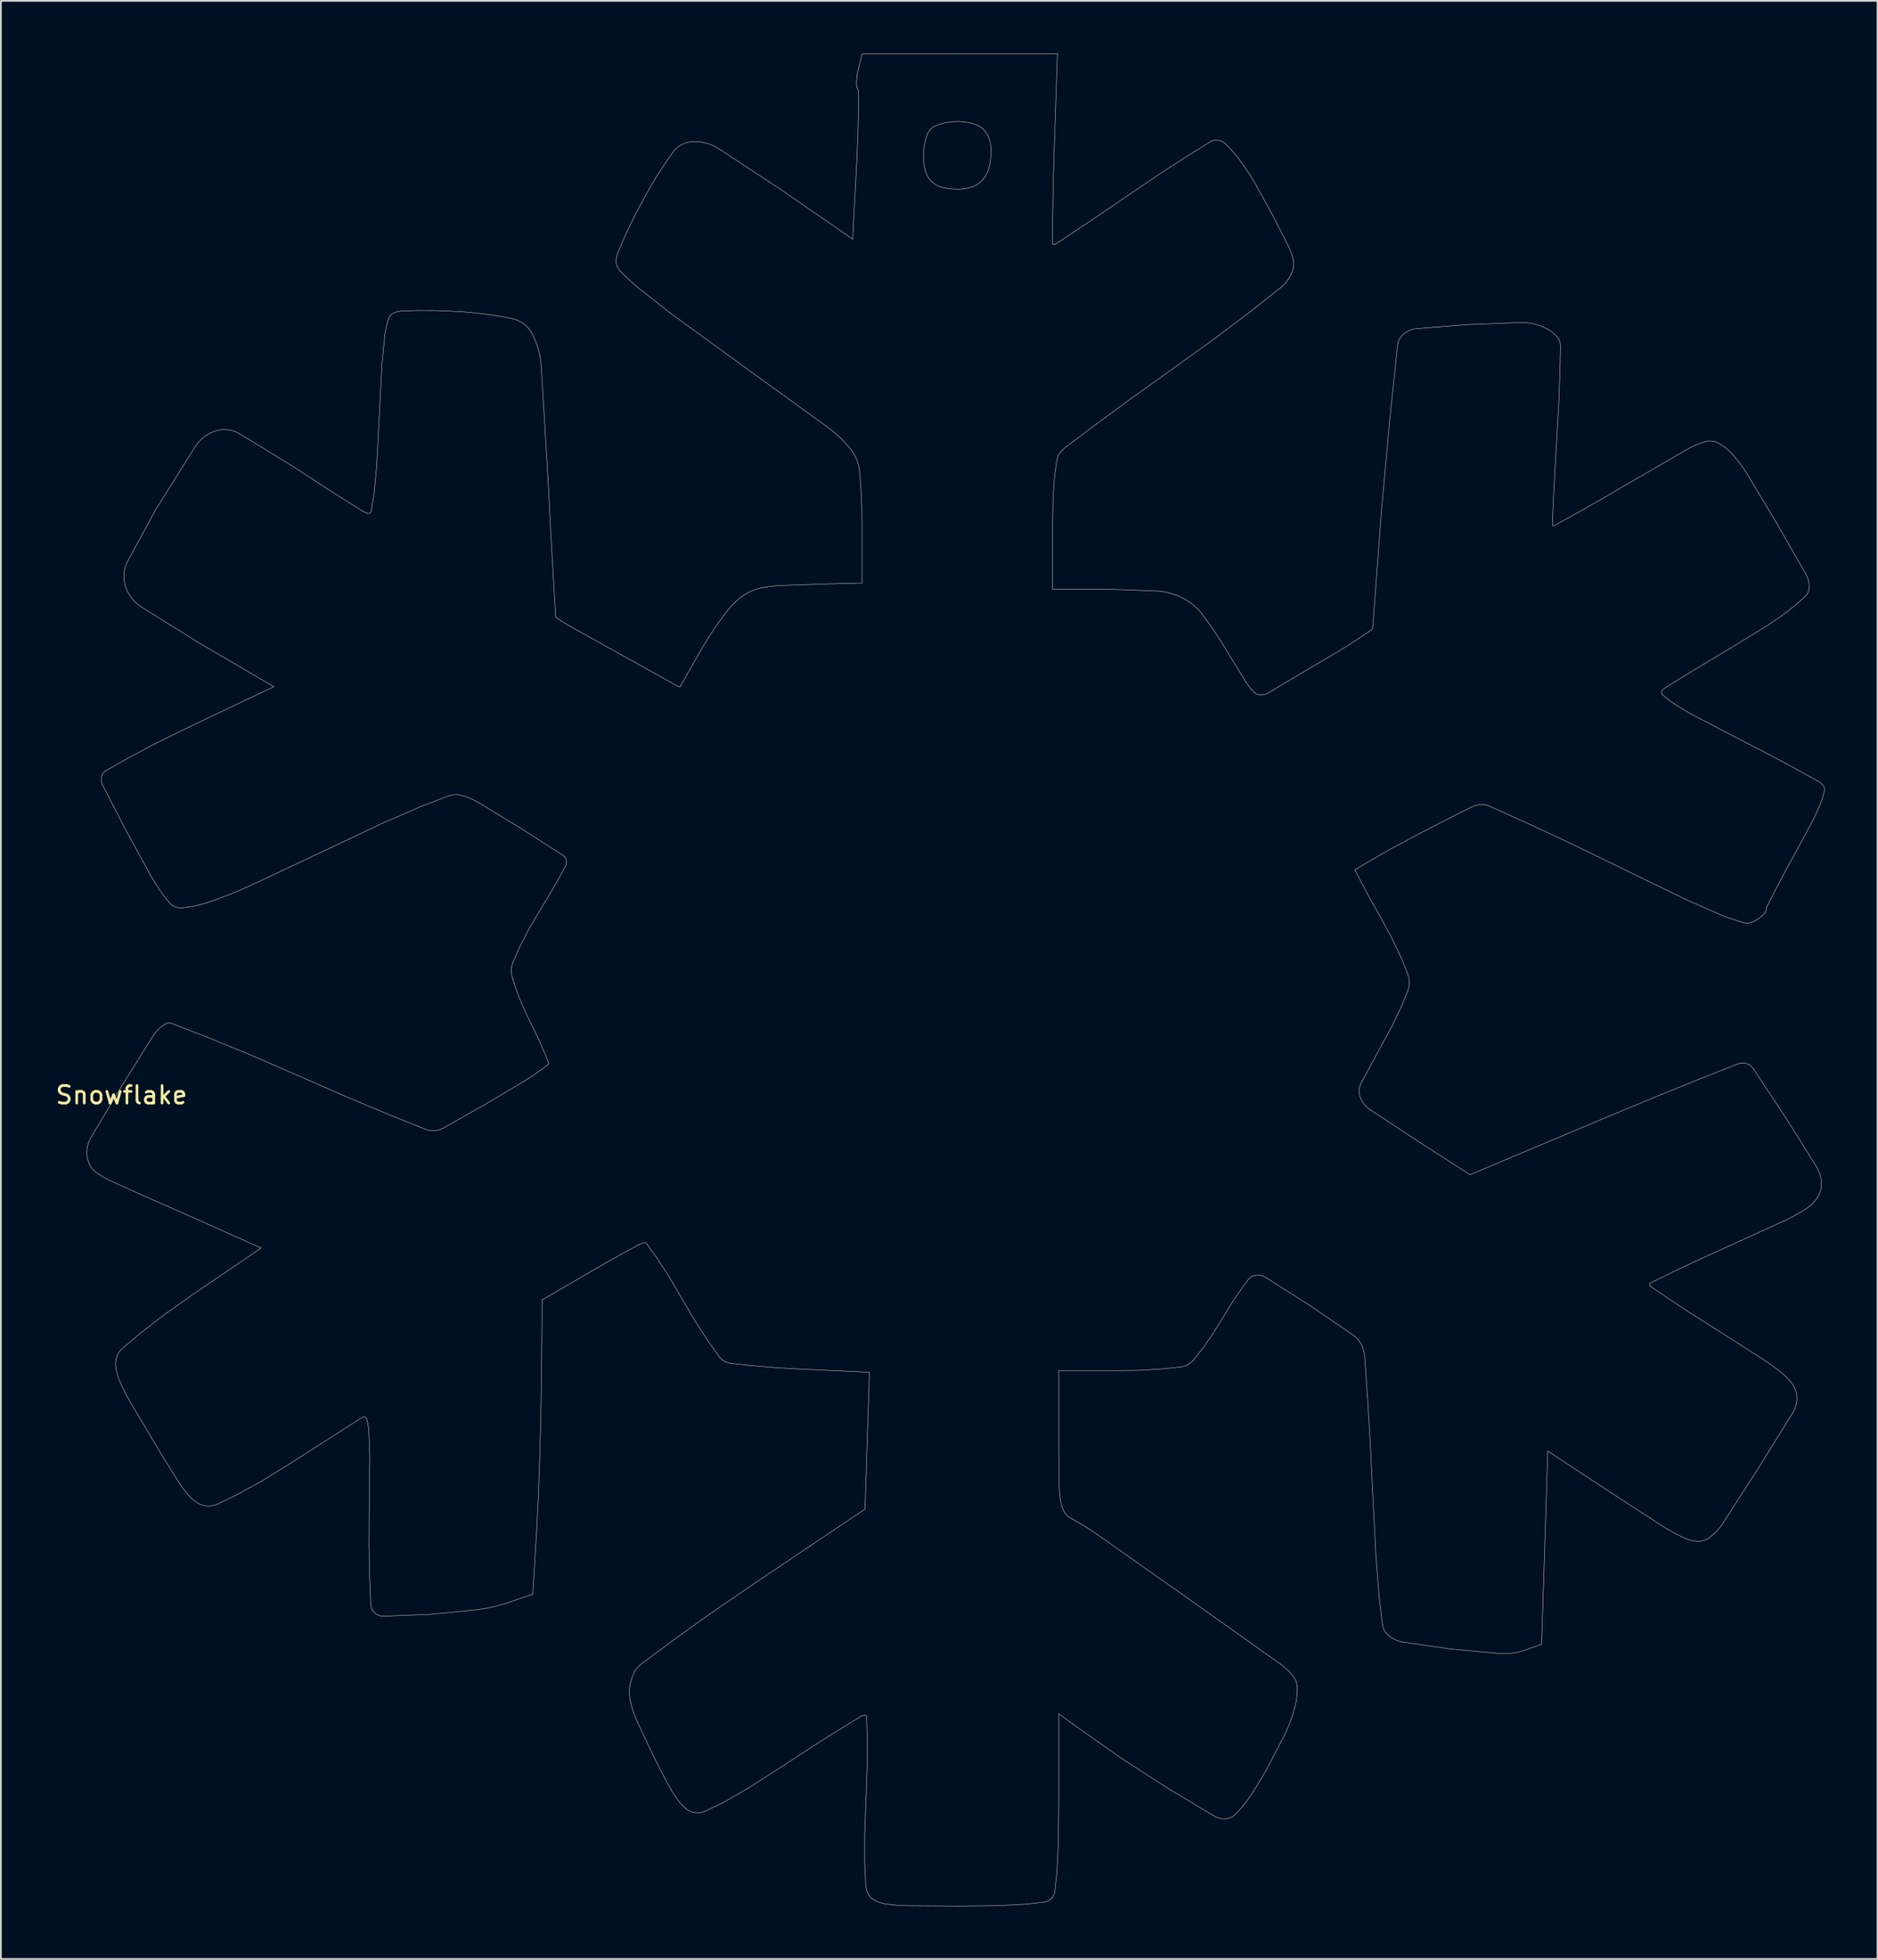
<source format=kicad_pcb>
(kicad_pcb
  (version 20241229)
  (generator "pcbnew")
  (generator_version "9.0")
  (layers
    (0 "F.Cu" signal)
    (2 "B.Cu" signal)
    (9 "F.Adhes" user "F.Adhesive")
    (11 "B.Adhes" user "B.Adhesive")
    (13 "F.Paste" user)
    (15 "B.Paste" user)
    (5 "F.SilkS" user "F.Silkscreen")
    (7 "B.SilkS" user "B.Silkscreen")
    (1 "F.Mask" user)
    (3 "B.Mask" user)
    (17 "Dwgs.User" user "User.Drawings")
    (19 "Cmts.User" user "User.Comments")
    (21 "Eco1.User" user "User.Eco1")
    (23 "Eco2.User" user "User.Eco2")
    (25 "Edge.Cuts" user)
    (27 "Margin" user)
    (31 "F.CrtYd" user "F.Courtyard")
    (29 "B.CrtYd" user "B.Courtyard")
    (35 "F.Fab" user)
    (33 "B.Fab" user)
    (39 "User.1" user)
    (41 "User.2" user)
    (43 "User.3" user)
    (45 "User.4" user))
  (footprint "Snowflake"
    (layer "F.Cu")
    (at 3.863 58.739)
    (property "Reference" "Snowflake" (at 0 0.5 0) (layer "F.SilkS") (effects (font (size 1 1) (thickness 0.15))))
    (attr through_hole)
    (fp_line (start -1.08 -17.147) (end 0.329 -14.421) (stroke (width 0.024) (type solid)) (layer "Edge.Cuts"))
    (fp_line (start -0.716 5.331) (end 1.005 6.113) (stroke (width 0.024) (type solid)) (layer "Edge.Cuts"))
    (fp_line (start 0 0) (end -1.733 2.903) (stroke (width 0.024) (type solid)) (layer "Edge.Cuts"))
    (fp_line (start 0.329 -14.421) (end 1.729 -11.873) (stroke (width 0.024) (type solid)) (layer "Edge.Cuts"))
    (fp_line (start 0.431 -18.702) (end -0.884 -17.958) (stroke (width 0.024) (type solid)) (layer "Edge.Cuts"))
    (fp_line (start 0.603 18.137) (end 2.351 21.066) (stroke (width 0.024) (type solid)) (layer "Edge.Cuts"))
    (fp_line (start 1.005 6.113) (end 1.982 6.541) (stroke (width 0.024) (type solid)) (layer "Edge.Cuts"))
    (fp_line (start 1.096 14.025) (end 0.025 14.931) (stroke (width 0.024) (type solid)) (layer "Edge.Cuts"))
    (fp_line (start 1.111 -27.277) (end 4.399 -25.229) (stroke (width 0.024) (type solid)) (layer "Edge.Cuts"))
    (fp_line (start 1.78 -2.839) (end 0 0) (stroke (width 0.024) (type solid)) (layer "Edge.Cuts"))
    (fp_line (start 1.934 -32.778) (end 0.324 -29.821) (stroke (width 0.024) (type solid)) (layer "Edge.Cuts"))
    (fp_line (start 1.982 6.541) (end 3.199 7.078) (stroke (width 0.024) (type solid)) (layer "Edge.Cuts"))
    (fp_line (start 2.02 -19.544) (end 0.431 -18.702) (stroke (width 0.024) (type solid)) (layer "Edge.Cuts"))
    (fp_line (start 2.351 21.066) (end 3.293 22.571) (stroke (width 0.024) (type solid)) (layer "Edge.Cuts"))
    (fp_line (start 2.437 12.986) (end 1.096 14.025) (stroke (width 0.024) (type solid)) (layer "Edge.Cuts"))
    (fp_line (start 3.199 7.078) (end 4.445 7.631) (stroke (width 0.024) (type solid)) (layer "Edge.Cuts"))
    (fp_line (start 3.872 -20.452) (end 2.02 -19.544) (stroke (width 0.024) (type solid)) (layer "Edge.Cuts"))
    (fp_line (start 3.976 11.897) (end 2.437 12.986) (stroke (width 0.024) (type solid)) (layer "Edge.Cuts"))
    (fp_line (start 4.211 -36.412) (end 1.934 -32.778) (stroke (width 0.024) (type solid)) (layer "Edge.Cuts"))
    (fp_line (start 4.399 -25.229) (end 8.667 -22.731) (stroke (width 0.024) (type solid)) (layer "Edge.Cuts"))
    (fp_line (start 4.445 7.631) (end 5.524 8.112) (stroke (width 0.024) (type solid)) (layer "Edge.Cuts"))
    (fp_line (start 4.866 -2.799) (end 2.816 -3.592) (stroke (width 0.024) (type solid)) (layer "Edge.Cuts"))
    (fp_line (start 5.488 23.754) (end 6.643 23.19) (stroke (width 0.024) (type solid)) (layer "Edge.Cuts"))
    (fp_line (start 5.524 8.112) (end 7.943 9.195) (stroke (width 0.024) (type solid)) (layer "Edge.Cuts"))
    (fp_line (start 6.643 23.19) (end 8.027 22.424) (stroke (width 0.024) (type solid)) (layer "Edge.Cuts"))
    (fp_line (start 7.24 -1.83) (end 4.866 -2.799) (stroke (width 0.024) (type solid)) (layer "Edge.Cuts"))
    (fp_line (start 7.356 -11.428) (end 11.878 -13.56) (stroke (width 0.024) (type solid)) (layer "Edge.Cuts"))
    (fp_line (start 7.943 9.195) (end 3.976 11.897) (stroke (width 0.024) (type solid)) (layer "Edge.Cuts"))
    (fp_line (start 8.027 22.424) (end 9.546 21.487) (stroke (width 0.024) (type solid)) (layer "Edge.Cuts"))
    (fp_line (start 8.667 -22.731) (end 3.872 -20.452) (stroke (width 0.024) (type solid)) (layer "Edge.Cuts"))
    (fp_line (start 9.546 21.487) (end 11 20.553) (stroke (width 0.024) (type solid)) (layer "Edge.Cuts"))
    (fp_line (start 9.787 -35.239) (end 6.694 -37.133) (stroke (width 0.024) (type solid)) (layer "Edge.Cuts"))
    (fp_line (start 9.986 -0.636) (end 7.24 -1.83) (stroke (width 0.024) (type solid)) (layer "Edge.Cuts"))
    (fp_line (start 11 20.553) (end 12.301 19.721) (stroke (width 0.024) (type solid)) (layer "Edge.Cuts"))
    (fp_line (start 11.261 -34.276) (end 9.787 -35.239) (stroke (width 0.024) (type solid)) (layer "Edge.Cuts"))
    (fp_line (start 11.878 -13.56) (end 14.891 -14.983) (stroke (width 0.024) (type solid)) (layer "Edge.Cuts"))
    (fp_line (start 12.301 19.721) (end 13.399 19.022) (stroke (width 0.024) (type solid)) (layer "Edge.Cuts"))
    (fp_line (start 12.572 -33.438) (end 11.261 -34.276) (stroke (width 0.024) (type solid)) (layer "Edge.Cuts"))
    (fp_line (start 12.75 0.575) (end 9.986 -0.636) (stroke (width 0.024) (type solid)) (layer "Edge.Cuts"))
    (fp_line (start 13.399 19.022) (end 13.718 18.826) (stroke (width 0.024) (type solid)) (layer "Edge.Cuts"))
    (fp_line (start 13.689 -32.738) (end 12.572 -33.438) (stroke (width 0.024) (type solid)) (layer "Edge.Cuts"))
    (fp_line (start 14.074 19.652) (end 14.124 21.082) (stroke (width 0.024) (type solid)) (layer "Edge.Cuts"))
    (fp_line (start 14.082 26.047) (end 14.116 27.892) (stroke (width 0.024) (type solid)) (layer "Edge.Cuts"))
    (fp_line (start 14.095 23.947) (end 14.082 26.047) (stroke (width 0.024) (type solid)) (layer "Edge.Cuts"))
    (fp_line (start 14.116 27.892) (end 14.18 29.445) (stroke (width 0.024) (type solid)) (layer "Edge.Cuts"))
    (fp_line (start 14.124 21.082) (end 14.095 23.947) (stroke (width 0.024) (type solid)) (layer "Edge.Cuts"))
    (fp_line (start 14.372 -33.7) (end 14.207 -32.716) (stroke (width 0.024) (type solid)) (layer "Edge.Cuts"))
    (fp_line (start 14.52 -35.309) (end 14.372 -33.7) (stroke (width 0.024) (type solid)) (layer "Edge.Cuts"))
    (fp_line (start 14.665 -38.065) (end 14.52 -35.309) (stroke (width 0.024) (type solid)) (layer "Edge.Cuts"))
    (fp_line (start 14.823 -41.107) (end 14.665 -38.065) (stroke (width 0.024) (type solid)) (layer "Edge.Cuts"))
    (fp_line (start 14.891 -14.983) (end 17.065 -15.926) (stroke (width 0.024) (type solid)) (layer "Edge.Cuts"))
    (fp_line (start 14.91 30.138) (end 17.574 30.033) (stroke (width 0.024) (type solid)) (layer "Edge.Cuts"))
    (fp_line (start 14.979 -42.69) (end 14.823 -41.107) (stroke (width 0.024) (type solid)) (layer "Edge.Cuts"))
    (fp_line (start 15.184 1.595) (end 12.75 0.575) (stroke (width 0.024) (type solid)) (layer "Edge.Cuts"))
    (fp_line (start 16.836 -44.127) (end 15.867 -44.089) (stroke (width 0.024) (type solid)) (layer "Edge.Cuts"))
    (fp_line (start 17.065 -15.926) (end 18.662 -16.538) (stroke (width 0.024) (type solid)) (layer "Edge.Cuts"))
    (fp_line (start 17.269 2.436) (end 15.184 1.595) (stroke (width 0.024) (type solid)) (layer "Edge.Cuts"))
    (fp_line (start 17.574 30.033) (end 20.25 29.769) (stroke (width 0.024) (type solid)) (layer "Edge.Cuts"))
    (fp_line (start 18.005 -44.122) (end 16.836 -44.127) (stroke (width 0.024) (type solid)) (layer "Edge.Cuts"))
    (fp_line (start 19.283 -44.062) (end 18.005 -44.122) (stroke (width 0.024) (type solid)) (layer "Edge.Cuts"))
    (fp_line (start 20.344 -16.126) (end 22.668 -14.709) (stroke (width 0.024) (type solid)) (layer "Edge.Cuts"))
    (fp_line (start 20.664 1.043) (end 18.315 2.37) (stroke (width 0.024) (type solid)) (layer "Edge.Cuts"))
    (fp_line (start 22.122 29.323) (end 23.405 28.881) (stroke (width 0.024) (type solid)) (layer "Edge.Cuts"))
    (fp_line (start 22.247 -6.136) (end 22.509 -5.362) (stroke (width 0.024) (type solid)) (layer "Edge.Cuts"))
    (fp_line (start 22.509 -5.362) (end 22.872 -4.469) (stroke (width 0.024) (type solid)) (layer "Edge.Cuts"))
    (fp_line (start 22.642 -7.897) (end 22.268 -7.041) (stroke (width 0.024) (type solid)) (layer "Edge.Cuts"))
    (fp_line (start 22.668 -14.709) (end 25.095 -13.155) (stroke (width 0.024) (type solid)) (layer "Edge.Cuts"))
    (fp_line (start 22.872 -4.469) (end 23.302 -3.563) (stroke (width 0.024) (type solid)) (layer "Edge.Cuts"))
    (fp_line (start 22.902 -0.286) (end 20.664 1.043) (stroke (width 0.024) (type solid)) (layer "Edge.Cuts"))
    (fp_line (start 23.152 -8.893) (end 22.642 -7.897) (stroke (width 0.024) (type solid)) (layer "Edge.Cuts"))
    (fp_line (start 23.302 -3.563) (end 23.721 -2.708) (stroke (width 0.024) (type solid)) (layer "Edge.Cuts"))
    (fp_line (start 23.405 28.881) (end 23.624 25.239) (stroke (width 0.024) (type solid)) (layer "Edge.Cuts"))
    (fp_line (start 23.624 25.239) (end 23.712 23.509) (stroke (width 0.024) (type solid)) (layer "Edge.Cuts"))
    (fp_line (start 23.712 23.509) (end 23.793 21.28) (stroke (width 0.024) (type solid)) (layer "Edge.Cuts"))
    (fp_line (start 23.721 -2.708) (end 24.048 -1.967) (stroke (width 0.024) (type solid)) (layer "Edge.Cuts"))
    (fp_line (start 23.755 -9.92) (end 23.152 -8.893) (stroke (width 0.024) (type solid)) (layer "Edge.Cuts"))
    (fp_line (start 23.793 21.28) (end 23.857 18.948) (stroke (width 0.024) (type solid)) (layer "Edge.Cuts"))
    (fp_line (start 23.857 18.948) (end 23.891 16.873) (stroke (width 0.024) (type solid)) (layer "Edge.Cuts"))
    (fp_line (start 23.891 16.873) (end 23.938 12.148) (stroke (width 0.024) (type solid)) (layer "Edge.Cuts"))
    (fp_line (start 23.938 12.148) (end 26.637 10.573) (stroke (width 0.024) (type solid)) (layer "Edge.Cuts"))
    (fp_line (start 24.048 -1.967) (end 24.296 -1.344) (stroke (width 0.024) (type solid)) (layer "Edge.Cuts"))
    (fp_line (start 24.266 -34.59) (end 23.881 -40.992) (stroke (width 0.024) (type solid)) (layer "Edge.Cuts"))
    (fp_line (start 24.358 -10.91) (end 23.755 -9.92) (stroke (width 0.024) (type solid)) (layer "Edge.Cuts"))
    (fp_line (start 24.423 -31.571) (end 24.266 -34.59) (stroke (width 0.024) (type solid)) (layer "Edge.Cuts"))
    (fp_line (start 24.567 -29.022) (end 24.423 -31.571) (stroke (width 0.024) (type solid)) (layer "Edge.Cuts"))
    (fp_line (start 24.703 -26.732) (end 24.567 -29.022) (stroke (width 0.024) (type solid)) (layer "Edge.Cuts"))
    (fp_line (start 24.865 -11.793) (end 24.358 -10.91) (stroke (width 0.024) (type solid)) (layer "Edge.Cuts"))
    (fp_line (start 25.274 -12.547) (end 24.865 -11.793) (stroke (width 0.024) (type solid)) (layer "Edge.Cuts"))
    (fp_line (start 26.637 10.573) (end 27.697 9.963) (stroke (width 0.024) (type solid)) (layer "Edge.Cuts"))
    (fp_line (start 27.697 9.963) (end 28.648 9.433) (stroke (width 0.024) (type solid)) (layer "Edge.Cuts"))
    (fp_line (start 28.46 -24.531) (end 25.496 -26.186) (stroke (width 0.024) (type solid)) (layer "Edge.Cuts"))
    (fp_line (start 28.643 -48.351) (end 28.237 -47.39) (stroke (width 0.024) (type solid)) (layer "Edge.Cuts"))
    (fp_line (start 28.648 9.433) (end 29.456 8.998) (stroke (width 0.024) (type solid)) (layer "Edge.Cuts"))
    (fp_line (start 29.182 -49.481) (end 28.643 -48.351) (stroke (width 0.024) (type solid)) (layer "Edge.Cuts"))
    (fp_line (start 29.352 36.154) (end 30.331 38.223) (stroke (width 0.024) (type solid)) (layer "Edge.Cuts"))
    (fp_line (start 29.419 -45.406) (end 31.19 -44.008) (stroke (width 0.024) (type solid)) (layer "Edge.Cuts"))
    (fp_line (start 29.817 -50.677) (end 29.182 -49.481) (stroke (width 0.024) (type solid)) (layer "Edge.Cuts"))
    (fp_line (start 29.9 8.976) (end 30.493 9.807) (stroke (width 0.024) (type solid)) (layer "Edge.Cuts"))
    (fp_line (start 30.331 38.223) (end 31.109 39.725) (stroke (width 0.024) (type solid)) (layer "Edge.Cuts"))
    (fp_line (start 30.493 9.807) (end 31.171 10.851) (stroke (width 0.024) (type solid)) (layer "Edge.Cuts"))
    (fp_line (start 31.171 10.851) (end 31.908 12.11) (stroke (width 0.024) (type solid)) (layer "Edge.Cuts"))
    (fp_line (start 31.19 -44.008) (end 34.342 -41.714) (stroke (width 0.024) (type solid)) (layer "Edge.Cuts"))
    (fp_line (start 31.327 31.551) (end 29.548 32.881) (stroke (width 0.024) (type solid)) (layer "Edge.Cuts"))
    (fp_line (start 31.7 -22.732) (end 28.46 -24.531) (stroke (width 0.024) (type solid)) (layer "Edge.Cuts"))
    (fp_line (start 31.908 12.11) (end 32.661 13.392) (stroke (width 0.024) (type solid)) (layer "Edge.Cuts"))
    (fp_line (start 32.164 -23.39) (end 31.845 -22.831) (stroke (width 0.024) (type solid)) (layer "Edge.Cuts"))
    (fp_line (start 32.531 -24.037) (end 32.164 -23.39) (stroke (width 0.024) (type solid)) (layer "Edge.Cuts"))
    (fp_line (start 32.661 13.392) (end 33.392 14.515) (stroke (width 0.024) (type solid)) (layer "Edge.Cuts"))
    (fp_line (start 32.953 -24.784) (end 32.531 -24.037) (stroke (width 0.024) (type solid)) (layer "Edge.Cuts"))
    (fp_line (start 33.201 41.236) (end 34.28 40.715) (stroke (width 0.024) (type solid)) (layer "Edge.Cuts"))
    (fp_line (start 33.392 14.515) (end 34.038 15.412) (stroke (width 0.024) (type solid)) (layer "Edge.Cuts"))
    (fp_line (start 33.434 -25.585) (end 32.953 -24.784) (stroke (width 0.024) (type solid)) (layer "Edge.Cuts"))
    (fp_line (start 33.466 30.017) (end 31.327 31.551) (stroke (width 0.024) (type solid)) (layer "Edge.Cuts"))
    (fp_line (start 33.981 -26.394) (end 33.434 -25.585) (stroke (width 0.024) (type solid)) (layer "Edge.Cuts"))
    (fp_line (start 34.28 40.715) (end 35.739 39.872) (stroke (width 0.024) (type solid)) (layer "Edge.Cuts"))
    (fp_line (start 34.342 -41.714) (end 40.151 -37.511) (stroke (width 0.024) (type solid)) (layer "Edge.Cuts"))
    (fp_line (start 34.511 -27.099) (end 33.981 -26.394) (stroke (width 0.024) (type solid)) (layer "Edge.Cuts"))
    (fp_line (start 34.763 15.769) (end 35.896 15.892) (stroke (width 0.024) (type solid)) (layer "Edge.Cuts"))
    (fp_line (start 35.739 39.872) (end 37.712 38.602) (stroke (width 0.024) (type solid)) (layer "Edge.Cuts"))
    (fp_line (start 35.896 15.892) (end 37.257 16.004) (stroke (width 0.024) (type solid)) (layer "Edge.Cuts"))
    (fp_line (start 35.934 28.327) (end 33.466 30.017) (stroke (width 0.024) (type solid)) (layer "Edge.Cuts"))
    (fp_line (start 37.257 16.004) (end 38.756 16.09) (stroke (width 0.024) (type solid)) (layer "Edge.Cuts"))
    (fp_line (start 37.484 -51.03) (end 33.959 -53.347) (stroke (width 0.024) (type solid)) (layer "Edge.Cuts"))
    (fp_line (start 37.712 38.602) (end 39.37 37.518) (stroke (width 0.024) (type solid)) (layer "Edge.Cuts"))
    (fp_line (start 38.756 16.09) (end 42.558 16.266) (stroke (width 0.024) (type solid)) (layer "Edge.Cuts"))
    (fp_line (start 39.37 37.518) (end 40.817 36.604) (stroke (width 0.024) (type solid)) (layer "Edge.Cuts"))
    (fp_line (start 39.942 -28.572) (end 37.504 -28.486) (stroke (width 0.024) (type solid)) (layer "Edge.Cuts"))
    (fp_line (start 40.817 36.604) (end 42.072 35.833) (stroke (width 0.024) (type solid)) (layer "Edge.Cuts"))
    (fp_line (start 41.605 -48.187) (end 37.484 -51.03) (stroke (width 0.024) (type solid)) (layer "Edge.Cuts"))
    (fp_line (start 41.822 -52.32) (end 41.605 -48.187) (stroke (width 0.024) (type solid)) (layer "Edge.Cuts"))
    (fp_line (start 41.894 -53.924) (end 41.822 -52.32) (stroke (width 0.024) (type solid)) (layer "Edge.Cuts"))
    (fp_line (start 41.928 -55.321) (end 41.894 -53.924) (stroke (width 0.024) (type solid)) (layer "Edge.Cuts"))
    (fp_line (start 41.937 -56.51) (end 41.928 -55.321) (stroke (width 0.024) (type solid)) (layer "Edge.Cuts"))
    (fp_line (start 42.13 -32.241) (end 42.13 -28.627) (stroke (width 0.024) (type solid)) (layer "Edge.Cuts"))
    (fp_line (start 42.13 -28.627) (end 39.942 -28.572) (stroke (width 0.024) (type solid)) (layer "Edge.Cuts"))
    (fp_line (start 42.143 -58.727) (end 41.929 -57.872) (stroke (width 0.024) (type solid)) (layer "Edge.Cuts"))
    (fp_line (start 42.286 42.594) (end 42.286 44.213) (stroke (width 0.024) (type solid)) (layer "Edge.Cuts"))
    (fp_line (start 42.286 44.213) (end 42.345 45.435) (stroke (width 0.024) (type solid)) (layer "Edge.Cuts"))
    (fp_line (start 42.305 24.048) (end 35.934 28.327) (stroke (width 0.024) (type solid)) (layer "Edge.Cuts"))
    (fp_line (start 42.36 40.524) (end 42.286 42.594) (stroke (width 0.024) (type solid)) (layer "Edge.Cuts"))
    (fp_line (start 42.402 35.887) (end 42.433 37.166) (stroke (width 0.024) (type solid)) (layer "Edge.Cuts"))
    (fp_line (start 42.426 38.698) (end 42.36 40.524) (stroke (width 0.024) (type solid)) (layer "Edge.Cuts"))
    (fp_line (start 42.431 20.157) (end 42.305 24.048) (stroke (width 0.024) (type solid)) (layer "Edge.Cuts"))
    (fp_line (start 42.433 37.166) (end 42.426 38.698) (stroke (width 0.024) (type solid)) (layer "Edge.Cuts"))
    (fp_line (start 42.558 16.266) (end 42.431 20.157) (stroke (width 0.024) (type solid)) (layer "Edge.Cuts"))
    (fp_line (start 44.796 46.605) (end 47.672 46.623) (stroke (width 0.024) (type solid)) (layer "Edge.Cuts"))
    (fp_line (start 47.672 46.623) (end 49.86 46.6) (stroke (width 0.024) (type solid)) (layer "Edge.Cuts"))
    (fp_line (start 47.699 -58.727) (end 42.143 -58.727) (stroke (width 0.024) (type solid)) (layer "Edge.Cuts"))
    (fp_line (start 49.86 46.6) (end 51.414 46.521) (stroke (width 0.024) (type solid)) (layer "Edge.Cuts"))
    (fp_line (start 51.414 46.521) (end 52.517 46.399) (stroke (width 0.024) (type solid)) (layer "Edge.Cuts"))
    (fp_line (start 52.979 -47.938) (end 52.985 -49.47) (stroke (width 0.024) (type solid)) (layer "Edge.Cuts"))
    (fp_line (start 52.98 -31.885) (end 53.006 -33.484) (stroke (width 0.024) (type solid)) (layer "Edge.Cuts"))
    (fp_line (start 52.98 -28.277) (end 52.98 -31.885) (stroke (width 0.024) (type solid)) (layer "Edge.Cuts"))
    (fp_line (start 52.985 -49.47) (end 53.01 -51.221) (stroke (width 0.024) (type solid)) (layer "Edge.Cuts"))
    (fp_line (start 53.006 -33.484) (end 53.091 -34.714) (stroke (width 0.024) (type solid)) (layer "Edge.Cuts"))
    (fp_line (start 53.01 -51.221) (end 53.07 -53.302) (stroke (width 0.024) (type solid)) (layer "Edge.Cuts"))
    (fp_line (start 53.07 -53.302) (end 53.255 -58.727) (stroke (width 0.024) (type solid)) (layer "Edge.Cuts"))
    (fp_line (start 53.091 -34.714) (end 53.223 -35.62) (stroke (width 0.024) (type solid)) (layer "Edge.Cuts"))
    (fp_line (start 53.107 45.805) (end 53.228 44.659) (stroke (width 0.024) (type solid)) (layer "Edge.Cuts"))
    (fp_line (start 53.228 44.659) (end 53.306 43.039) (stroke (width 0.024) (type solid)) (layer "Edge.Cuts"))
    (fp_line (start 53.255 -58.727) (end 47.699 -58.727) (stroke (width 0.024) (type solid)) (layer "Edge.Cuts"))
    (fp_line (start 53.306 43.039) (end 53.33 40.736) (stroke (width 0.024) (type solid)) (layer "Edge.Cuts"))
    (fp_line (start 53.33 20.186) (end 53.33 16.173) (stroke (width 0.024) (type solid)) (layer "Edge.Cuts"))
    (fp_line (start 53.33 16.173) (end 56.678 16.173) (stroke (width 0.024) (type solid)) (layer "Edge.Cuts"))
    (fp_line (start 53.33 35.688) (end 54.117 36.265) (stroke (width 0.024) (type solid)) (layer "Edge.Cuts"))
    (fp_line (start 53.33 40.736) (end 53.33 35.688) (stroke (width 0.024) (type solid)) (layer "Edge.Cuts"))
    (fp_line (start 53.349 22.541) (end 53.33 20.186) (stroke (width 0.024) (type solid)) (layer "Edge.Cuts"))
    (fp_line (start 53.777 -36.4) (end 55.488 -37.684) (stroke (width 0.024) (type solid)) (layer "Edge.Cuts"))
    (fp_line (start 54.117 36.265) (end 56.933 38.246) (stroke (width 0.024) (type solid)) (layer "Edge.Cuts"))
    (fp_line (start 54.423 -48.751) (end 53.152 -47.91) (stroke (width 0.024) (type solid)) (layer "Edge.Cuts"))
    (fp_line (start 55.488 -37.684) (end 57.522 -39.175) (stroke (width 0.024) (type solid)) (layer "Edge.Cuts"))
    (fp_line (start 55.857 -49.711) (end 54.423 -48.751) (stroke (width 0.024) (type solid)) (layer "Edge.Cuts"))
    (fp_line (start 56.078 -28.277) (end 52.98 -28.277) (stroke (width 0.024) (type solid)) (layer "Edge.Cuts"))
    (fp_line (start 56.678 16.173) (end 58.007 16.148) (stroke (width 0.024) (type solid)) (layer "Edge.Cuts"))
    (fp_line (start 56.933 38.246) (end 59.708 40.031) (stroke (width 0.024) (type solid)) (layer "Edge.Cuts"))
    (fp_line (start 57.522 -39.175) (end 59.851 -40.839) (stroke (width 0.024) (type solid)) (layer "Edge.Cuts"))
    (fp_line (start 57.53 -50.852) (end 55.857 -49.711) (stroke (width 0.024) (type solid)) (layer "Edge.Cuts"))
    (fp_line (start 58.007 16.148) (end 59.23 16.073) (stroke (width 0.024) (type solid)) (layer "Edge.Cuts"))
    (fp_line (start 58.938 -28.172) (end 56.078 -28.277) (stroke (width 0.024) (type solid)) (layer "Edge.Cuts"))
    (fp_line (start 59.22 -51.992) (end 57.53 -50.852) (stroke (width 0.024) (type solid)) (layer "Edge.Cuts"))
    (fp_line (start 59.23 16.073) (end 60.244 15.965) (stroke (width 0.024) (type solid)) (layer "Edge.Cuts"))
    (fp_line (start 59.708 40.031) (end 62.193 41.514) (stroke (width 0.024) (type solid)) (layer "Edge.Cuts"))
    (fp_line (start 59.851 -40.839) (end 62.189 -42.523) (stroke (width 0.024) (type solid)) (layer "Edge.Cuts"))
    (fp_line (start 60.624 29.084) (end 55.531 25.498) (stroke (width 0.024) (type solid)) (layer "Edge.Cuts"))
    (fp_line (start 60.708 -52.953) (end 59.22 -51.992) (stroke (width 0.024) (type solid)) (layer "Edge.Cuts"))
    (fp_line (start 60.989 15.569) (end 61.507 14.923) (stroke (width 0.024) (type solid)) (layer "Edge.Cuts"))
    (fp_line (start 61.507 14.923) (end 62.077 14.113) (stroke (width 0.024) (type solid)) (layer "Edge.Cuts"))
    (fp_line (start 61.99 -53.75) (end 60.708 -52.953) (stroke (width 0.024) (type solid)) (layer "Edge.Cuts"))
    (fp_line (start 62.077 14.113) (end 62.633 13.218) (stroke (width 0.024) (type solid)) (layer "Edge.Cuts"))
    (fp_line (start 62.189 -42.523) (end 64.249 -44.078) (stroke (width 0.024) (type solid)) (layer "Edge.Cuts"))
    (fp_line (start 62.633 13.218) (end 63.17 12.338) (stroke (width 0.024) (type solid)) (layer "Edge.Cuts"))
    (fp_line (start 63.17 12.338) (end 63.686 11.571) (stroke (width 0.024) (type solid)) (layer "Edge.Cuts"))
    (fp_line (start 63.686 11.571) (end 64.141 10.956) (stroke (width 0.024) (type solid)) (layer "Edge.Cuts"))
    (fp_line (start 63.985 -22.987) (end 62.906 -24.75) (stroke (width 0.024) (type solid)) (layer "Edge.Cuts"))
    (fp_line (start 64.249 -44.078) (end 65.946 -45.417) (stroke (width 0.024) (type solid)) (layer "Edge.Cuts"))
    (fp_line (start 64.42 40.084) (end 65.117 38.923) (stroke (width 0.024) (type solid)) (layer "Edge.Cuts"))
    (fp_line (start 65.1 10.865) (end 67.644 12.482) (stroke (width 0.024) (type solid)) (layer "Edge.Cuts"))
    (fp_line (start 65.117 38.923) (end 66.174 36.907) (stroke (width 0.024) (type solid)) (layer "Edge.Cuts"))
    (fp_line (start 65.522 -49.506) (end 64.472 -51.408) (stroke (width 0.024) (type solid)) (layer "Edge.Cuts"))
    (fp_line (start 65.789 -22.698) (end 65.348 -22.424) (stroke (width 0.024) (type solid)) (layer "Edge.Cuts"))
    (fp_line (start 65.943 32.86) (end 60.624 29.084) (stroke (width 0.024) (type solid)) (layer "Edge.Cuts"))
    (fp_line (start 66.393 -47.79) (end 65.522 -49.506) (stroke (width 0.024) (type solid)) (layer "Edge.Cuts"))
    (fp_line (start 66.628 -23.2) (end 65.789 -22.698) (stroke (width 0.024) (type solid)) (layer "Edge.Cuts"))
    (fp_line (start 67.615 -23.784) (end 66.628 -23.2) (stroke (width 0.024) (type solid)) (layer "Edge.Cuts"))
    (fp_line (start 67.644 12.482) (end 70.097 14.164) (stroke (width 0.024) (type solid)) (layer "Edge.Cuts"))
    (fp_line (start 68.642 -24.384) (end 67.615 -23.784) (stroke (width 0.024) (type solid)) (layer "Edge.Cuts"))
    (fp_line (start 69.616 -24.967) (end 68.642 -24.384) (stroke (width 0.024) (type solid)) (layer "Edge.Cuts"))
    (fp_line (start 70.211 -12.338) (end 72.139 -13.462) (stroke (width 0.024) (type solid)) (layer "Edge.Cuts"))
    (fp_line (start 70.439 -25.497) (end 69.616 -24.967) (stroke (width 0.024) (type solid)) (layer "Edge.Cuts"))
    (fp_line (start 70.523 -0.161) (end 71.671 -2.282) (stroke (width 0.024) (type solid)) (layer "Edge.Cuts"))
    (fp_line (start 70.608 -11.485) (end 70.194 -12.277) (stroke (width 0.024) (type solid)) (layer "Edge.Cuts"))
    (fp_line (start 70.744 15.457) (end 70.896 17.647) (stroke (width 0.024) (type solid)) (layer "Edge.Cuts"))
    (fp_line (start 70.896 17.647) (end 71.051 20.232) (stroke (width 0.024) (type solid)) (layer "Edge.Cuts"))
    (fp_line (start 71.051 20.232) (end 71.195 23.162) (stroke (width 0.024) (type solid)) (layer "Edge.Cuts"))
    (fp_line (start 71.097 -10.58) (end 70.608 -11.485) (stroke (width 0.024) (type solid)) (layer "Edge.Cuts"))
    (fp_line (start 71.117 -25.963) (end 70.439 -25.497) (stroke (width 0.024) (type solid)) (layer "Edge.Cuts"))
    (fp_line (start 71.195 23.162) (end 71.377 26.722) (stroke (width 0.024) (type solid)) (layer "Edge.Cuts"))
    (fp_line (start 71.377 26.722) (end 71.561 29.052) (stroke (width 0.024) (type solid)) (layer "Edge.Cuts"))
    (fp_line (start 71.561 29.052) (end 71.756 30.657) (stroke (width 0.024) (type solid)) (layer "Edge.Cuts"))
    (fp_line (start 71.671 -2.282) (end 72.287 -3.411) (stroke (width 0.024) (type solid)) (layer "Edge.Cuts"))
    (fp_line (start 71.677 -32.581) (end 71.197 -26.105) (stroke (width 0.024) (type solid)) (layer "Edge.Cuts"))
    (fp_line (start 71.696 -9.516) (end 71.097 -10.58) (stroke (width 0.024) (type solid)) (layer "Edge.Cuts"))
    (fp_line (start 72.139 -13.462) (end 74.495 -14.713) (stroke (width 0.024) (type solid)) (layer "Edge.Cuts"))
    (fp_line (start 72.152 -37.813) (end 71.677 -32.581) (stroke (width 0.024) (type solid)) (layer "Edge.Cuts"))
    (fp_line (start 72.287 -3.411) (end 72.807 -4.498) (stroke (width 0.024) (type solid)) (layer "Edge.Cuts"))
    (fp_line (start 72.3 -8.396) (end 71.696 -9.516) (stroke (width 0.024) (type solid)) (layer "Edge.Cuts"))
    (fp_line (start 72.608 -42.147) (end 72.152 -37.813) (stroke (width 0.024) (type solid)) (layer "Edge.Cuts"))
    (fp_line (start 72.807 -4.498) (end 73.189 -5.429) (stroke (width 0.024) (type solid)) (layer "Edge.Cuts"))
    (fp_line (start 72.812 -7.317) (end 72.3 -8.396) (stroke (width 0.024) (type solid)) (layer "Edge.Cuts"))
    (fp_line (start 72.918 31.615) (end 75.701 32.015) (stroke (width 0.024) (type solid)) (layer "Edge.Cuts"))
    (fp_line (start 73.189 -6.392) (end 72.812 -7.317) (stroke (width 0.024) (type solid)) (layer "Edge.Cuts"))
    (fp_line (start 73.867 3.186) (end 71.048 1.327) (stroke (width 0.024) (type solid)) (layer "Edge.Cuts"))
    (fp_line (start 74.495 -14.713) (end 76.827 -15.892) (stroke (width 0.024) (type solid)) (layer "Edge.Cuts"))
    (fp_line (start 75.701 32.015) (end 78.477 32.263) (stroke (width 0.024) (type solid)) (layer "Edge.Cuts"))
    (fp_line (start 76.685 -43.332) (end 73.686 -43.1) (stroke (width 0.024) (type solid)) (layer "Edge.Cuts"))
    (fp_line (start 76.729 5.028) (end 73.867 3.186) (stroke (width 0.024) (type solid)) (layer "Edge.Cuts"))
    (fp_line (start 77.841 -15.933) (end 79.926 -14.997) (stroke (width 0.024) (type solid)) (layer "Edge.Cuts"))
    (fp_line (start 79.633 -43.445) (end 76.685 -43.332) (stroke (width 0.024) (type solid)) (layer "Edge.Cuts"))
    (fp_line (start 79.836 32.073) (end 80.805 31.733) (stroke (width 0.024) (type solid)) (layer "Edge.Cuts"))
    (fp_line (start 79.926 -14.997) (end 82.356 -13.865) (stroke (width 0.024) (type solid)) (layer "Edge.Cuts"))
    (fp_line (start 80.805 31.733) (end 80.98 26.239) (stroke (width 0.024) (type solid)) (layer "Edge.Cuts"))
    (fp_line (start 80.98 26.239) (end 81.155 20.746) (stroke (width 0.024) (type solid)) (layer "Edge.Cuts"))
    (fp_line (start 81.155 20.746) (end 85.128 23.359) (stroke (width 0.024) (type solid)) (layer "Edge.Cuts"))
    (fp_line (start 81.413 -31.975) (end 81.478 -33.422) (stroke (width 0.024) (type solid)) (layer "Edge.Cuts"))
    (fp_line (start 81.478 -33.422) (end 81.562 -35.053) (stroke (width 0.024) (type solid)) (layer "Edge.Cuts"))
    (fp_line (start 81.562 -35.053) (end 81.676 -36.974) (stroke (width 0.024) (type solid)) (layer "Edge.Cuts"))
    (fp_line (start 81.676 -36.974) (end 81.784 -38.921) (stroke (width 0.024) (type solid)) (layer "Edge.Cuts"))
    (fp_line (start 81.784 -38.921) (end 81.847 -40.636) (stroke (width 0.024) (type solid)) (layer "Edge.Cuts"))
    (fp_line (start 81.847 -40.636) (end 81.877 -42.087) (stroke (width 0.024) (type solid)) (layer "Edge.Cuts"))
    (fp_line (start 82.356 -13.865) (end 85.119 -12.523) (stroke (width 0.024) (type solid)) (layer "Edge.Cuts"))
    (fp_line (start 82.681 -32.531) (end 81.517 -31.886) (stroke (width 0.024) (type solid)) (layer "Edge.Cuts"))
    (fp_line (start 83.996 -33.275) (end 82.681 -32.531) (stroke (width 0.024) (type solid)) (layer "Edge.Cuts"))
    (fp_line (start 84.277 1.851) (end 76.729 5.028) (stroke (width 0.024) (type solid)) (layer "Edge.Cuts"))
    (fp_line (start 85.119 -12.523) (end 88.933 -10.664) (stroke (width 0.024) (type solid)) (layer "Edge.Cuts"))
    (fp_line (start 85.128 23.359) (end 87.738 25.048) (stroke (width 0.024) (type solid)) (layer "Edge.Cuts"))
    (fp_line (start 85.541 -34.174) (end 83.996 -33.275) (stroke (width 0.024) (type solid)) (layer "Edge.Cuts"))
    (fp_line (start 87.009 11.175) (end 88.307 10.543) (stroke (width 0.024) (type solid)) (layer "Edge.Cuts"))
    (fp_line (start 87.202 0.633) (end 84.277 1.851) (stroke (width 0.024) (type solid)) (layer "Edge.Cuts"))
    (fp_line (start 88 12.057) (end 87.005 11.38) (stroke (width 0.024) (type solid)) (layer "Edge.Cuts"))
    (fp_line (start 88.01 -22.779) (end 88.945 -23.357) (stroke (width 0.024) (type solid)) (layer "Edge.Cuts"))
    (fp_line (start 88.307 10.543) (end 89.801 9.837) (stroke (width 0.024) (type solid)) (layer "Edge.Cuts"))
    (fp_line (start 88.933 -10.664) (end 90.986 -9.758) (stroke (width 0.024) (type solid)) (layer "Edge.Cuts"))
    (fp_line (start 88.945 -23.357) (end 90.065 -24.036) (stroke (width 0.024) (type solid)) (layer "Edge.Cuts"))
    (fp_line (start 89.011 -36.19) (end 85.541 -34.174) (stroke (width 0.024) (type solid)) (layer "Edge.Cuts"))
    (fp_line (start 89.155 12.821) (end 88 12.057) (stroke (width 0.024) (type solid)) (layer "Edge.Cuts"))
    (fp_line (start 89.737 -0.393) (end 87.202 0.633) (stroke (width 0.024) (type solid)) (layer "Edge.Cuts"))
    (fp_line (start 89.801 9.837) (end 91.576 9.032) (stroke (width 0.024) (type solid)) (layer "Edge.Cuts"))
    (fp_line (start 90.065 -24.036) (end 91.305 -24.774) (stroke (width 0.024) (type solid)) (layer "Edge.Cuts"))
    (fp_line (start 90.527 13.694) (end 89.155 12.821) (stroke (width 0.024) (type solid)) (layer "Edge.Cuts"))
    (fp_line (start 91.09 24.896) (end 93.101 21.781) (stroke (width 0.024) (type solid)) (layer "Edge.Cuts"))
    (fp_line (start 91.305 -24.774) (end 93.483 -26.105) (stroke (width 0.024) (type solid)) (layer "Edge.Cuts"))
    (fp_line (start 91.576 9.032) (end 94.677 7.618) (stroke (width 0.024) (type solid)) (layer "Edge.Cuts"))
    (fp_line (start 91.823 -19.867) (end 89.596 -21.027) (stroke (width 0.024) (type solid)) (layer "Edge.Cuts"))
    (fp_line (start 91.941 -1.264) (end 89.737 -0.393) (stroke (width 0.024) (type solid)) (layer "Edge.Cuts"))
    (fp_line (start 93.101 21.781) (end 95.09 18.573) (stroke (width 0.024) (type solid)) (layer "Edge.Cuts"))
    (fp_line (start 93.391 15.519) (end 90.527 13.694) (stroke (width 0.024) (type solid)) (layer "Edge.Cuts"))
    (fp_line (start 93.61 -18.945) (end 91.823 -19.867) (stroke (width 0.024) (type solid)) (layer "Edge.Cuts"))
    (fp_line (start 93.626 -10.221) (end 94.109 -11.171) (stroke (width 0.024) (type solid)) (layer "Edge.Cuts"))
    (fp_line (start 94.109 -11.171) (end 94.691 -12.276) (stroke (width 0.024) (type solid)) (layer "Edge.Cuts"))
    (fp_line (start 94.153 -32.075) (end 92.488 -34.847) (stroke (width 0.024) (type solid)) (layer "Edge.Cuts"))
    (fp_line (start 94.691 -12.276) (end 95.381 -13.534) (stroke (width 0.024) (type solid)) (layer "Edge.Cuts"))
    (fp_line (start 94.707 1.8) (end 92.841 -1.018) (stroke (width 0.024) (type solid)) (layer "Edge.Cuts"))
    (fp_line (start 95.178 -18.105) (end 93.61 -18.945) (stroke (width 0.024) (type solid)) (layer "Edge.Cuts"))
    (fp_line (start 95.381 -13.534) (end 96.217 -15.087) (stroke (width 0.024) (type solid)) (layer "Edge.Cuts"))
    (fp_line (start 95.836 -29.145) (end 94.153 -32.075) (stroke (width 0.024) (type solid)) (layer "Edge.Cuts"))
    (fp_line (start 96.457 4.589) (end 94.707 1.8) (stroke (width 0.024) (type solid)) (layer "Edge.Cuts"))
    (fp_line (start 96.494 -17.378) (end 95.178 -18.105) (stroke (width 0.024) (type solid)) (layer "Edge.Cuts"))
    (fp_arc (start -1.970208 3.782846) (mid -1.909766 3.327327) (end -1.732624 2.903332) (stroke (width 0.024499) (type solid)) (layer "Edge.Cuts"))
    (fp_arc (start -1.841795 4.394384) (mid -1.937758 4.095283) (end -1.970208 3.782846) (stroke (width 0.024499) (type solid)) (layer "Edge.Cuts"))
    (fp_arc (start -1.48128 4.85875) (mid -1.690266 4.648871) (end -1.841796 4.394385) (stroke (width 0.024499) (type solid)) (layer "Edge.Cuts"))
    (fp_arc (start -1.108113 -17.69427) (mid -1.018417 -17.845195) (end -0.883567 -17.957619) (stroke (width 0.024499) (type solid)) (layer "Edge.Cuts"))
    (fp_arc (start -1.079818 -17.147319) (mid -1.151982 -17.417793) (end -1.108113 -17.69427) (stroke (width 0.024499) (type solid)) (layer "Edge.Cuts"))
    (fp_arc (start -0.715762 5.331239) (mid -1.111699 5.116345) (end -1.48128 4.85875) (stroke (width 0.024499) (type solid)) (layer "Edge.Cuts"))
    (fp_arc (start -0.316965 16.028679) (mid -0.328901 15.684281) (end -0.255717 15.347537) (stroke (width 0.024499) (type solid)) (layer "Edge.Cuts"))
    (fp_arc (start -0.255717 15.347537) (mid -0.141958 15.121441) (end 0.025281 14.931464) (stroke (width 0.024499) (type solid)) (layer "Edge.Cuts"))
    (fp_arc (start -0.071677 16.840876) (mid -0.221637 16.443027) (end -0.316965 16.028679) (stroke (width 0.024499) (type solid)) (layer "Edge.Cuts"))
    (fp_arc (start 0.225177 -28.440922) (mid 0.139437 -29.140861) (end 0.324411 -29.82134) (stroke (width 0.024499) (type solid)) (layer "Edge.Cuts"))
    (fp_arc (start 0.603252 18.137332) (mid 0.24881 17.497943) (end -0.071677 16.840877) (stroke (width 0.024499) (type solid)) (layer "Edge.Cuts"))
    (fp_arc (start 1.111422 -27.276733) (mid 0.569841 -27.783875) (end 0.225178 -28.440922) (stroke (width 0.024499) (type solid)) (layer "Edge.Cuts"))
    (fp_arc (start 1.779797 -2.838598) (mid 2.108264 -3.242263) (end 2.517801 -3.563378) (stroke (width 0.024499) (type solid)) (layer "Edge.Cuts"))
    (fp_arc (start 2.517801 -3.563378) (mid 2.663762 -3.612416) (end 2.816343 -3.591725) (stroke (width 0.024499) (type solid)) (layer "Edge.Cuts"))
    (fp_arc (start 2.687182 -10.47996) (mid 2.179556 -11.156643) (end 1.729167 -11.872697) (stroke (width 0.024499) (type solid)) (layer "Edge.Cuts"))
    (fp_arc (start 3.470776 -10.154265) (mid 3.038074 -10.218698) (end 2.687182 -10.47996) (stroke (width 0.024499) (type solid)) (layer "Edge.Cuts"))
    (fp_arc (start 3.895853 23.345702) (mid 3.578255 22.970996) (end 3.293453 22.570796) (stroke (width 0.024499) (type solid)) (layer "Edge.Cuts"))
    (fp_arc (start 4.211354 -36.411663) (mid 4.709225 -36.942865) (end 5.356655 -37.275861) (stroke (width 0.024499) (type solid)) (layer "Edge.Cuts"))
    (fp_arc (start 4.401324 23.737369) (mid 4.132279 23.562584) (end 3.895853 23.345702) (stroke (width 0.024499) (type solid)) (layer "Edge.Cuts"))
    (fp_arc (start 4.933747 -10.467348) (mid 4.21108 -10.269599) (end 3.470776 -10.154265) (stroke (width 0.024499) (type solid)) (layer "Edge.Cuts"))
    (fp_arc (start 4.941549 23.873309) (mid 4.663015 23.838802) (end 4.401323 23.737369) (stroke (width 0.024499) (type solid)) (layer "Edge.Cuts"))
    (fp_arc (start 5.356654 -37.27586) (mid 6.039897 -37.343552) (end 6.693523 -37.133369) (stroke (width 0.024499) (type solid)) (layer "Edge.Cuts"))
    (fp_arc (start 5.487501 23.754007) (mid 5.220967 23.843136) (end 4.941549 23.873309) (stroke (width 0.024499) (type solid)) (layer "Edge.Cuts"))
    (fp_arc (start 7.355989 -11.427737) (mid 6.157861 -10.914774) (end 4.933747 -10.467349) (stroke (width 0.024499) (type solid)) (layer "Edge.Cuts"))
    (fp_arc (start 13.717994 18.825833) (mid 13.859779 18.815369) (end 13.953345 18.922411) (stroke (width 0.024499) (type solid)) (layer "Edge.Cuts"))
    (fp_arc (start 13.953345 18.922412) (mid 14.030456 19.284574) (end 14.074366 19.652241) (stroke (width 0.024499) (type solid)) (layer "Edge.Cuts"))
    (fp_arc (start 13.980947 -32.593223) (mid 13.831635 -32.658829) (end 13.689233 -32.738326) (stroke (width 0.024499) (type solid)) (layer "Edge.Cuts"))
    (fp_arc (start 14.206593 -32.71596) (mid 14.122085 -32.602535) (end 13.980947 -32.593223) (stroke (width 0.024499) (type solid)) (layer "Edge.Cuts"))
    (fp_arc (start 14.29016 29.799636) (mid 14.212662 29.629475) (end 14.180116 29.445352) (stroke (width 0.024499) (type solid)) (layer "Edge.Cuts"))
    (fp_arc (start 14.91046 30.138083) (mid 14.555497 30.050992) (end 14.29016 29.799636) (stroke (width 0.024499) (type solid)) (layer "Edge.Cuts"))
    (fp_arc (start 14.979319 -42.689794) (mid 15.061037 -43.15422) (end 15.176088 -43.611531) (stroke (width 0.024499) (type solid)) (layer "Edge.Cuts"))
    (fp_arc (start 15.176088 -43.611532) (mid 15.292804 -43.831448) (end 15.487603 -43.986493) (stroke (width 0.024499) (type solid)) (layer "Edge.Cuts"))
    (fp_arc (start 15.487603 -43.986493) (mid 15.672199 -44.056997) (end 15.867257 -44.088603) (stroke (width 0.024499) (type solid)) (layer "Edge.Cuts"))
    (fp_arc (start 17.723495 2.52331) (mid 17.491925 2.501289) (end 17.268655 2.436017) (stroke (width 0.024499) (type solid)) (layer "Edge.Cuts"))
    (fp_arc (start 18.315194 2.369973) (mid 18.029117 2.484352) (end 17.723495 2.523309) (stroke (width 0.024499) (type solid)) (layer "Edge.Cuts"))
    (fp_arc (start 18.661959 -16.537551) (mid 18.962206 -16.597431) (end 19.266888 -16.567379) (stroke (width 0.024499) (type solid)) (layer "Edge.Cuts"))
    (fp_arc (start 19.266888 -16.567378) (mid 19.821119 -16.385254) (end 20.343693 -16.125913) (stroke (width 0.024499) (type solid)) (layer "Edge.Cuts"))
    (fp_arc (start 19.282798 -44.062058) (mid 20.755246 -43.915735) (end 22.214362 -43.669782) (stroke (width 0.024499) (type solid)) (layer "Edge.Cuts"))
    (fp_arc (start 22.121972 29.32339) (mid 21.196932 29.592505) (end 20.249924 29.769422) (stroke (width 0.024499) (type solid)) (layer "Edge.Cuts"))
    (fp_arc (start 22.179792 -6.582768) (mid 22.202163 -6.81603) (end 22.268461 -7.040788) (stroke (width 0.024499) (type solid)) (layer "Edge.Cuts"))
    (fp_arc (start 22.214361 -43.669782) (mid 22.886419 -43.367761) (end 23.364266 -42.806921) (stroke (width 0.024499) (type solid)) (layer "Edge.Cuts"))
    (fp_arc (start 22.246818 -6.13619) (mid 22.196642 -6.356978) (end 22.179792 -6.582768) (stroke (width 0.024499) (type solid)) (layer "Edge.Cuts"))
    (fp_arc (start 23.364267 -42.80692) (mid 23.716772 -41.926077) (end 23.880519 -40.991556) (stroke (width 0.024499) (type solid)) (layer "Edge.Cuts"))
    (fp_arc (start 24.264474 -1.230271) (mid 23.596325 -0.739658) (end 22.902338 -0.28633) (stroke (width 0.024499) (type solid)) (layer "Edge.Cuts"))
    (fp_arc (start 24.296055 -1.343848) (mid 24.299048 -1.281837) (end 24.264474 -1.230271) (stroke (width 0.024499) (type solid)) (layer "Edge.Cuts"))
    (fp_arc (start 24.733634 -26.67542) (mid 24.711772 -26.700336) (end 24.702622 -26.732195) (stroke (width 0.024499) (type solid)) (layer "Edge.Cuts"))
    (fp_arc (start 25.095286 -13.154801) (mid 25.258756 -12.980058) (end 25.322059 -12.749298) (stroke (width 0.024499) (type solid)) (layer "Edge.Cuts"))
    (fp_arc (start 25.322059 -12.749298) (mid 25.311248 -12.644945) (end 25.27421 -12.546789) (stroke (width 0.024499) (type solid)) (layer "Edge.Cuts"))
    (fp_arc (start 25.496124 -26.185684) (mid 25.107603 -26.419225) (end 24.733633 -26.675421) (stroke (width 0.024499) (type solid)) (layer "Edge.Cuts"))
    (fp_arc (start 28.145266 -46.935762) (mid 28.170742 -47.166793) (end 28.237003 -47.389579) (stroke (width 0.024499) (type solid)) (layer "Edge.Cuts"))
    (fp_arc (start 28.370854 -46.372103) (mid 28.200799 -46.631015) (end 28.145266 -46.935762) (stroke (width 0.024499) (type solid)) (layer "Edge.Cuts"))
    (fp_arc (start 28.922496 34.125897) (mid 29.023222 33.69693) (end 29.196627 33.291852) (stroke (width 0.024499) (type solid)) (layer "Edge.Cuts"))
    (fp_arc (start 28.957885 34.984667) (mid 28.900381 34.556922) (end 28.922496 34.125897) (stroke (width 0.024499) (type solid)) (layer "Edge.Cuts"))
    (fp_arc (start 29.196627 33.291852) (mid 29.350029 33.067189) (end 29.547904 32.880504) (stroke (width 0.024499) (type solid)) (layer "Edge.Cuts"))
    (fp_arc (start 29.351949 36.154211) (mid 29.125975 35.57919) (end 28.957886 34.984666) (stroke (width 0.024499) (type solid)) (layer "Edge.Cuts"))
    (fp_arc (start 29.418829 -45.406152) (mid 28.88409 -45.877464) (end 28.370853 -46.372103) (stroke (width 0.024499) (type solid)) (layer "Edge.Cuts"))
    (fp_arc (start 29.455548 8.997679) (mid 29.572575 8.943777) (end 29.695076 8.90385) (stroke (width 0.024499) (type solid)) (layer "Edge.Cuts"))
    (fp_arc (start 29.695076 8.90385) (mid 29.808849 8.908524) (end 29.900402 8.97623) (stroke (width 0.024499) (type solid)) (layer "Edge.Cuts"))
    (fp_arc (start 29.81708 -50.676691) (mid 30.555385 -51.918334) (end 31.363085 -53.115995) (stroke (width 0.024499) (type solid)) (layer "Edge.Cuts"))
    (fp_arc (start 31.363084 -53.115994) (mid 31.858858 -53.553692) (end 32.49593 -53.731206) (stroke (width 0.024499) (type solid)) (layer "Edge.Cuts"))
    (fp_arc (start 31.668492 40.603586) (mid 31.373168 40.17434) (end 31.10906 39.725212) (stroke (width 0.024499) (type solid)) (layer "Edge.Cuts"))
    (fp_arc (start 31.79475 -22.752983) (mid 31.75166 -22.724426) (end 31.700491 -22.731769) (stroke (width 0.024499) (type solid)) (layer "Edge.Cuts"))
    (fp_arc (start 31.844648 -22.830767) (mid 31.820695 -22.791235) (end 31.79475 -22.752982) (stroke (width 0.024499) (type solid)) (layer "Edge.Cuts"))
    (fp_arc (start 32.145646 41.104485) (mid 31.891651 40.868723) (end 31.668492 40.603586) (stroke (width 0.024499) (type solid)) (layer "Edge.Cuts"))
    (fp_arc (start 32.49593 -53.731206) (mid 33.256613 -53.650765) (end 33.958734 -53.347228) (stroke (width 0.024499) (type solid)) (layer "Edge.Cuts"))
    (fp_arc (start 32.6234 41.314228) (mid 32.370118 41.242169) (end 32.145646 41.104485) (stroke (width 0.024499) (type solid)) (layer "Edge.Cuts"))
    (fp_arc (start 33.200541 41.236152) (mid 32.917376 41.315141) (end 32.623401 41.314229) (stroke (width 0.024499) (type solid)) (layer "Edge.Cuts"))
    (fp_arc (start 34.357602 15.661937) (mid 34.181151 15.558339) (end 34.037823 15.412309) (stroke (width 0.024499) (type solid)) (layer "Edge.Cuts"))
    (fp_arc (start 34.511086 -27.09861) (mid 34.709979 -27.33137) (end 34.925319 -27.549002) (stroke (width 0.024499) (type solid)) (layer "Edge.Cuts"))
    (fp_arc (start 34.762802 15.76912) (mid 34.556434 15.729772) (end 34.357601 15.661937) (stroke (width 0.024499) (type solid)) (layer "Edge.Cuts"))
    (fp_arc (start 34.925319 -27.549002) (mid 35.261421 -27.829071) (end 35.628385 -28.067274) (stroke (width 0.024499) (type solid)) (layer "Edge.Cuts"))
    (fp_arc (start 35.628384 -28.067274) (mid 35.988959 -28.235921) (end 36.371531 -28.345897) (stroke (width 0.024499) (type solid)) (layer "Edge.Cuts"))
    (fp_arc (start 36.371531 -28.345897) (mid 36.935236 -28.43812) (end 37.50441 -28.486176) (stroke (width 0.024499) (type solid)) (layer "Edge.Cuts"))
    (fp_arc (start 40.150712 -37.511312) (mid 40.84458 -36.934398) (end 41.460387 -36.274803) (stroke (width 0.024499) (type solid)) (layer "Edge.Cuts"))
    (fp_arc (start 41.460387 -36.274803) (mid 41.824596 -35.667701) (end 41.996326 -34.980874) (stroke (width 0.024499) (type solid)) (layer "Edge.Cuts"))
    (fp_arc (start 41.824851 -57.18471) (mid 41.837085 -57.354554) (end 41.858352 -57.523504) (stroke (width 0.024499) (type solid)) (layer "Edge.Cuts"))
    (fp_arc (start 41.827528 -56.897595) (mid 41.822272 -57.041116) (end 41.824851 -57.184711) (stroke (width 0.024499) (type solid)) (layer "Edge.Cuts"))
    (fp_arc (start 41.858352 -57.523504) (mid 41.889339 -57.698368) (end 41.92851 -57.871583) (stroke (width 0.024499) (type solid)) (layer "Edge.Cuts"))
    (fp_arc (start 41.877006 -56.734083) (mid 41.842825 -56.812981) (end 41.827527 -56.897594) (stroke (width 0.024499) (type solid)) (layer "Edge.Cuts"))
    (fp_arc (start 41.877007 -56.734083) (mid 41.921648 -56.626214) (end 41.936729 -56.510451) (stroke (width 0.024499) (type solid)) (layer "Edge.Cuts"))
    (fp_arc (start 41.996327 -34.980874) (mid 42.096406 -33.612402) (end 42.129792 -32.240681) (stroke (width 0.024499) (type solid)) (layer "Edge.Cuts"))
    (fp_arc (start 42.072387 35.83302) (mid 42.174602 35.78852) (end 42.285041 35.773309) (stroke (width 0.024499) (type solid)) (layer "Edge.Cuts"))
    (fp_arc (start 42.285042 35.77331) (mid 42.366537 35.806309) (end 42.402115 35.886713) (stroke (width 0.024499) (type solid)) (layer "Edge.Cuts"))
    (fp_arc (start 42.493529 45.948977) (mid 42.392097 45.699744) (end 42.344791 45.434852) (stroke (width 0.024499) (type solid)) (layer "Edge.Cuts"))
    (fp_arc (start 42.884999 46.32057) (mid 42.659276 46.166366) (end 42.493529 45.948978) (stroke (width 0.024499) (type solid)) (layer "Edge.Cuts"))
    (fp_arc (start 43.556991 46.517008) (mid 43.213372 46.444866) (end 42.884998 46.32057) (stroke (width 0.024499) (type solid)) (layer "Edge.Cuts"))
    (fp_arc (start 44.796295 46.605197) (mid 44.175354 46.579215) (end 43.556991 46.517007) (stroke (width 0.024499) (type solid)) (layer "Edge.Cuts"))
    (fp_arc (start 45.629792 -52.951691) (mid 45.637547 -53.175323) (end 45.660775 -53.39788) (stroke (width 0.024499) (type solid)) (layer "Edge.Cuts"))
    (fp_arc (start 45.660775 -53.39788) (mid 45.699568 -53.621156) (end 45.753167 -53.841347) (stroke (width 0.024499) (type solid)) (layer "Edge.Cuts"))
    (fp_arc (start 45.74245 -52.058704) (mid 45.658067 -52.501658) (end 45.629792 -52.951691) (stroke (width 0.024499) (type solid)) (layer "Edge.Cuts"))
    (fp_arc (start 45.753167 -53.841347) (mid 45.814048 -54.03315) (end 45.888275 -54.220194) (stroke (width 0.024499) (type solid)) (layer "Edge.Cuts"))
    (fp_arc (start 45.888274 -54.220194) (mid 45.957991 -54.345983) (end 46.049791 -54.456691) (stroke (width 0.024499) (type solid)) (layer "Edge.Cuts"))
    (fp_arc (start 46.049792 -54.45669) (mid 46.1605 -54.548489) (end 46.286288 -54.618207) (stroke (width 0.024499) (type solid)) (layer "Edge.Cuts"))
    (fp_arc (start 46.08479 -51.468452) (mid 45.872845 -51.739929) (end 45.74245 -52.058704) (stroke (width 0.024499) (type solid)) (layer "Edge.Cuts"))
    (fp_arc (start 46.286288 -54.618208) (mid 46.473332 -54.692435) (end 46.665135 -54.753316) (stroke (width 0.024499) (type solid)) (layer "Edge.Cuts"))
    (fp_arc (start 46.665135 -54.753315) (mid 46.885326 -54.806913) (end 47.108602 -54.845707) (stroke (width 0.024499) (type solid)) (layer "Edge.Cuts"))
    (fp_arc (start 46.691384 -51.135108) (mid 46.365606 -51.260869) (end 46.08479 -51.468451) (stroke (width 0.024499) (type solid)) (layer "Edge.Cuts"))
    (fp_arc (start 47.108603 -54.845708) (mid 47.33116 -54.868936) (end 47.554792 -54.876691) (stroke (width 0.024499) (type solid)) (layer "Edge.Cuts"))
    (fp_arc (start 47.554792 -54.876691) (mid 47.982601 -54.850967) (end 48.404245 -54.774165) (stroke (width 0.024499) (type solid)) (layer "Edge.Cuts"))
    (fp_arc (start 47.612477 -51.02669) (mid 47.148751 -51.053888) (end 46.691384 -51.135108) (stroke (width 0.024499) (type solid)) (layer "Edge.Cuts"))
    (fp_arc (start 48.404245 -54.774165) (mid 48.722457 -54.654871) (end 49.003787 -54.464233) (stroke (width 0.024499) (type solid)) (layer "Edge.Cuts"))
    (fp_arc (start 48.424208 -51.167998) (mid 48.024446 -51.062281) (end 47.612477 -51.026691) (stroke (width 0.024499) (type solid)) (layer "Edge.Cuts"))
    (fp_arc (start 49.003786 -54.464233) (mid 49.215102 -54.225943) (end 49.357298 -53.940957) (stroke (width 0.024499) (type solid)) (layer "Edge.Cuts"))
    (fp_arc (start 49.01193 -51.573395) (mid 48.744479 -51.332409) (end 48.424208 -51.167998) (stroke (width 0.024499) (type solid)) (layer "Edge.Cuts"))
    (fp_arc (start 49.357299 -53.940957) (mid 49.448958 -53.579906) (end 49.479792 -53.208681) (stroke (width 0.024499) (type solid)) (layer "Edge.Cuts"))
    (fp_arc (start 49.363138 -52.255207) (mid 49.227289 -51.893823) (end 49.01193 -51.573395) (stroke (width 0.024499) (type solid)) (layer "Edge.Cuts"))
    (fp_arc (start 49.479791 -53.208682) (mid 49.450519 -52.72839) (end 49.363138 -52.255207) (stroke (width 0.024499) (type solid)) (layer "Edge.Cuts"))
    (fp_arc (start 52.909791 46.20331) (mid 52.729299 46.333222) (end 52.516901 46.399115) (stroke (width 0.024499) (type solid)) (layer "Edge.Cuts"))
    (fp_arc (start 53.039906 -47.876691) (mid 52.996651 -47.894638) (end 52.978806 -47.937935) (stroke (width 0.024499) (type solid)) (layer "Edge.Cuts"))
    (fp_arc (start 53.106977 45.804674) (mid 53.041168 46.020208) (end 52.909792 46.20331) (stroke (width 0.024499) (type solid)) (layer "Edge.Cuts"))
    (fp_arc (start 53.152241 -47.910421) (mid 53.098551 -47.885306) (end 53.039906 -47.876691) (stroke (width 0.024499) (type solid)) (layer "Edge.Cuts"))
    (fp_arc (start 53.223204 -35.620089) (mid 53.294285 -35.845705) (end 53.417292 -36.047756) (stroke (width 0.024499) (type solid)) (layer "Edge.Cuts"))
    (fp_arc (start 53.417292 -36.047755) (mid 53.585749 -36.235389) (end 53.776749 -36.400018) (stroke (width 0.024499) (type solid)) (layer "Edge.Cuts"))
    (fp_arc (start 53.439979 23.605253) (mid 53.376364 23.074925) (end 53.34924 22.541485) (stroke (width 0.024499) (type solid)) (layer "Edge.Cuts"))
    (fp_arc (start 53.639768 24.196195) (mid 53.514348 23.909354) (end 53.439979 23.605253) (stroke (width 0.024499) (type solid)) (layer "Edge.Cuts"))
    (fp_arc (start 54.007518 24.561389) (mid 53.796931 24.40569) (end 53.639768 24.196194) (stroke (width 0.024499) (type solid)) (layer "Edge.Cuts"))
    (fp_arc (start 54.007518 24.561389) (mid 54.783367 25.0069) (end 55.531247 25.497916) (stroke (width 0.024499) (type solid)) (layer "Edge.Cuts"))
    (fp_arc (start 58.937519 -28.172337) (mid 59.694521 -28.039367) (end 60.40949 -27.757314) (stroke (width 0.024499) (type solid)) (layer "Edge.Cuts"))
    (fp_arc (start 60.40949 -27.757313) (mid 61.017427 -27.350533) (end 61.518743 -26.817861) (stroke (width 0.024499) (type solid)) (layer "Edge.Cuts"))
    (fp_arc (start 60.665106 15.831169) (mid 60.460871 15.91751) (end 60.244341 15.965271) (stroke (width 0.024499) (type solid)) (layer "Edge.Cuts"))
    (fp_arc (start 60.989312 15.569458) (mid 60.839529 15.715575) (end 60.665106 15.831169) (stroke (width 0.024499) (type solid)) (layer "Edge.Cuts"))
    (fp_arc (start 61.518743 -26.817862) (mid 62.238748 -25.801882) (end 62.905927 -24.750457) (stroke (width 0.024499) (type solid)) (layer "Edge.Cuts"))
    (fp_arc (start 61.990118 -53.75001) (mid 62.12038 -53.807151) (end 62.261275 -53.82669) (stroke (width 0.024499) (type solid)) (layer "Edge.Cuts"))
    (fp_arc (start 62.261275 -53.826691) (mid 62.569119 -53.766463) (end 62.831567 -53.594661) (stroke (width 0.024499) (type solid)) (layer "Edge.Cuts"))
    (fp_arc (start 62.831567 -53.594661) (mid 63.223032 -53.18289) (end 63.582225 -52.742684) (stroke (width 0.024499) (type solid)) (layer "Edge.Cuts"))
    (fp_arc (start 62.912442 41.652465) (mid 62.541086 41.643891) (end 62.193237 41.513582) (stroke (width 0.024499) (type solid)) (layer "Edge.Cuts"))
    (fp_arc (start 63.312289 41.461457) (mid 63.126851 41.587285) (end 62.912442 41.652465) (stroke (width 0.024499) (type solid)) (layer "Edge.Cuts"))
    (fp_arc (start 63.582225 -52.742684) (mid 64.046566 -52.088328) (end 64.471665 -51.407824) (stroke (width 0.024499) (type solid)) (layer "Edge.Cuts"))
    (fp_arc (start 63.82182 40.916502) (mid 63.576905 41.19819) (end 63.312289 41.461457) (stroke (width 0.024499) (type solid)) (layer "Edge.Cuts"))
    (fp_arc (start 64.140786 10.956226) (mid 64.236671 10.861777) (end 64.354555 10.796831) (stroke (width 0.024499) (type solid)) (layer "Edge.Cuts"))
    (fp_arc (start 64.354554 10.796831) (mid 64.735274 10.744231) (end 65.099985 10.865477) (stroke (width 0.024499) (type solid)) (layer "Edge.Cuts"))
    (fp_arc (start 64.41954 40.084326) (mid 64.132472 40.508884) (end 63.821819 40.916502) (stroke (width 0.024499) (type solid)) (layer "Edge.Cuts"))
    (fp_arc (start 64.460431 -22.404) (mid 64.204332 -22.680655) (end 63.984912 -22.987216) (stroke (width 0.024499) (type solid)) (layer "Edge.Cuts"))
    (fp_arc (start 64.860014 -22.260677) (mid 64.64507 -22.290092) (end 64.460431 -22.404) (stroke (width 0.024499) (type solid)) (layer "Edge.Cuts"))
    (fp_arc (start 65.348397 -22.42364) (mid 65.114431 -22.311513) (end 64.860014 -22.260676) (stroke (width 0.024499) (type solid)) (layer "Edge.Cuts"))
    (fp_arc (start 65.942708 32.859906) (mid 66.306326 33.156127) (end 66.628597 33.49687) (stroke (width 0.024499) (type solid)) (layer "Edge.Cuts"))
    (fp_arc (start 66.392895 -47.789864) (mid 66.551202 -47.419486) (end 66.668187 -47.034058) (stroke (width 0.024499) (type solid)) (layer "Edge.Cuts"))
    (fp_arc (start 66.400492 -45.917941) (mid 66.192819 -45.6496) (end 65.945702 -45.417074) (stroke (width 0.024499) (type solid)) (layer "Edge.Cuts"))
    (fp_arc (start 66.628597 33.496871) (mid 66.832177 33.853149) (end 66.902383 34.257439) (stroke (width 0.024499) (type solid)) (layer "Edge.Cuts"))
    (fp_arc (start 66.661197 -46.496954) (mid 66.553614 -46.197195) (end 66.400493 -45.91794) (stroke (width 0.024499) (type solid)) (layer "Edge.Cuts"))
    (fp_arc (start 66.668186 -47.034058) (mid 66.698856 -46.765061) (end 66.661196 -46.496954) (stroke (width 0.024499) (type solid)) (layer "Edge.Cuts"))
    (fp_arc (start 66.747292 35.385445) (mid 66.49441 36.158889) (end 66.173953 36.906868) (stroke (width 0.024499) (type solid)) (layer "Edge.Cuts"))
    (fp_arc (start 66.902384 34.257439) (mid 66.86296 34.826684) (end 66.747292 35.385445) (stroke (width 0.024499) (type solid)) (layer "Edge.Cuts"))
    (fp_arc (start 70.096635 14.164182) (mid 70.43769 14.505615) (end 70.649113 14.93943) (stroke (width 0.024499) (type solid)) (layer "Edge.Cuts"))
    (fp_arc (start 70.193865 -12.277113) (mid 70.190295 -12.310965) (end 70.210735 -12.338184) (stroke (width 0.024499) (type solid)) (layer "Edge.Cuts"))
    (fp_arc (start 70.48828 0.633959) (mid 70.419794 0.232679) (end 70.523075 -0.161084) (stroke (width 0.024499) (type solid)) (layer "Edge.Cuts"))
    (fp_arc (start 70.649113 14.93943) (mid 70.710249 15.195845) (end 70.743524 15.457339) (stroke (width 0.024499) (type solid)) (layer "Edge.Cuts"))
    (fp_arc (start 71.047657 1.326891) (mid 70.716078 1.022314) (end 70.48828 0.633959) (stroke (width 0.024499) (type solid)) (layer "Edge.Cuts"))
    (fp_arc (start 71.196703 -26.104629) (mid 71.172823 -26.024884) (end 71.116928 -25.963198) (stroke (width 0.024499) (type solid)) (layer "Edge.Cuts"))
    (fp_arc (start 71.996423 31.139942) (mid 71.83673 30.918229) (end 71.755511 30.657342) (stroke (width 0.024499) (type solid)) (layer "Edge.Cuts"))
    (fp_arc (start 72.608419 -42.146901) (mid 72.696975 -42.457695) (end 72.883467 -42.721618) (stroke (width 0.024499) (type solid)) (layer "Edge.Cuts"))
    (fp_arc (start 72.883466 -42.721619) (mid 73.251633 -42.980946) (end 73.685978 -43.09987) (stroke (width 0.024499) (type solid)) (layer "Edge.Cuts"))
    (fp_arc (start 72.918084 31.615235) (mid 72.420208 31.449424) (end 71.996423 31.139941) (stroke (width 0.024499) (type solid)) (layer "Edge.Cuts"))
    (fp_arc (start 73.188572 -6.392345) (mid 73.254475 -6.15569) (end 73.277189 -5.911083) (stroke (width 0.024499) (type solid)) (layer "Edge.Cuts"))
    (fp_arc (start 73.277189 -5.911083) (mid 73.255414 -5.665993) (end 73.189302 -5.428985) (stroke (width 0.024499) (type solid)) (layer "Edge.Cuts"))
    (fp_arc (start 76.82745 -15.891989) (mid 77.10626 -15.992563) (end 77.400683 -16.026691) (stroke (width 0.024499) (type solid)) (layer "Edge.Cuts"))
    (fp_arc (start 77.400683 -16.026691) (mid 77.625904 -16.003086) (end 77.841337 -15.933297) (stroke (width 0.024499) (type solid)) (layer "Edge.Cuts"))
    (fp_arc (start 79.632588 -43.444614) (mid 80.265265 -43.389134) (end 80.873037 -43.204819) (stroke (width 0.024499) (type solid)) (layer "Edge.Cuts"))
    (fp_arc (start 79.835674 32.07293) (mid 79.165988 32.235574) (end 78.477376 32.262875) (stroke (width 0.024499) (type solid)) (layer "Edge.Cuts"))
    (fp_arc (start 80.873037 -43.204819) (mid 81.02946 -43.131994) (end 81.179939 -43.047568) (stroke (width 0.024499) (type solid)) (layer "Edge.Cuts"))
    (fp_arc (start 81.179939 -43.047568) (mid 81.327109 -42.950218) (end 81.467039 -42.84272) (stroke (width 0.024499) (type solid)) (layer "Edge.Cuts"))
    (fp_arc (start 81.443857 -31.895959) (mid 81.420117 -31.932354) (end 81.413058 -31.97523) (stroke (width 0.024499) (type solid)) (layer "Edge.Cuts"))
    (fp_arc (start 81.467039 -42.84272) (mid 81.585292 -42.737382) (end 81.695364 -42.623521) (stroke (width 0.024499) (type solid)) (layer "Edge.Cuts"))
    (fp_arc (start 81.517152 -31.88562) (mid 81.478776 -31.878537) (end 81.443857 -31.895958) (stroke (width 0.024499) (type solid)) (layer "Edge.Cuts"))
    (fp_arc (start 81.695364 -42.623521) (mid 81.764909 -42.530111) (end 81.816359 -42.425636) (stroke (width 0.024499) (type solid)) (layer "Edge.Cuts"))
    (fp_arc (start 81.81636 -42.425636) (mid 81.862603 -42.259329) (end 81.876538 -42.087275) (stroke (width 0.024499) (type solid)) (layer "Edge.Cuts"))
    (fp_arc (start 86.948189 11.273309) (mid 86.964505 11.215117) (end 87.009304 11.174552) (stroke (width 0.024499) (type solid)) (layer "Edge.Cuts"))
    (fp_arc (start 87.004738 11.379558) (mid 86.963416 11.333378) (end 86.948189 11.273309) (stroke (width 0.024499) (type solid)) (layer "Edge.Cuts"))
    (fp_arc (start 87.682862 -22.27555) (mid 87.62214 -22.419654) (end 87.693673 -22.558708) (stroke (width 0.024499) (type solid)) (layer "Edge.Cuts"))
    (fp_arc (start 87.693673 -22.558708) (mid 87.849287 -22.672968) (end 88.010497 -22.779187) (stroke (width 0.024499) (type solid)) (layer "Edge.Cuts"))
    (fp_arc (start 88.343077 -21.767023) (mid 88.002958 -22.008289) (end 87.682862 -22.275551) (stroke (width 0.024499) (type solid)) (layer "Edge.Cuts"))
    (fp_arc (start 88.929669 25.693262) (mid 88.322716 25.391253) (end 87.738315 25.047632) (stroke (width 0.024499) (type solid)) (layer "Edge.Cuts"))
    (fp_arc (start 89.011256 -36.190355) (mid 89.544315 -36.458227) (end 90.103726 -36.665512) (stroke (width 0.024499) (type solid)) (layer "Edge.Cuts"))
    (fp_arc (start 89.596159 -21.026713) (mid 88.961473 -21.383081) (end 88.343077 -21.767023) (stroke (width 0.024499) (type solid)) (layer "Edge.Cuts"))
    (fp_arc (start 89.676312 25.874961) (mid 89.294421 25.819324) (end 88.929668 25.693263) (stroke (width 0.024499) (type solid)) (layer "Edge.Cuts"))
    (fp_arc (start 90.103727 -36.665512) (mid 90.465526 -36.704818) (end 90.815853 -36.606254) (stroke (width 0.024499) (type solid)) (layer "Edge.Cuts"))
    (fp_arc (start 90.28722 25.70545) (mid 89.9955 25.839702) (end 89.676312 25.87496) (stroke (width 0.024499) (type solid)) (layer "Edge.Cuts"))
    (fp_arc (start 90.815853 -36.606254) (mid 91.2214 -36.355614) (end 91.57675 -36.037785) (stroke (width 0.024499) (type solid)) (layer "Edge.Cuts"))
    (fp_arc (start 91.089747 24.896083) (mid 90.728615 25.340559) (end 90.28722 25.70545) (stroke (width 0.024499) (type solid)) (layer "Edge.Cuts"))
    (fp_arc (start 91.576749 -36.037786) (mid 92.062183 -35.465138) (end 92.488215 -34.84702) (stroke (width 0.024499) (type solid)) (layer "Edge.Cuts"))
    (fp_arc (start 91.941191 -1.264262) (mid 92.100247 -1.310009) (end 92.265069 -1.325019) (stroke (width 0.024499) (type solid)) (layer "Edge.Cuts"))
    (fp_arc (start 92.26507 -1.325019) (mid 92.591319 -1.242822) (end 92.841395 -1.017752) (stroke (width 0.024499) (type solid)) (layer "Edge.Cuts"))
    (fp_arc (start 92.26704 -9.317793) (mid 91.620838 -9.521095) (end 90.986188 -9.758007) (stroke (width 0.024499) (type solid)) (layer "Edge.Cuts"))
    (fp_arc (start 92.895093 -9.38488) (mid 92.587604 -9.290131) (end 92.26704 -9.317793) (stroke (width 0.024499) (type solid)) (layer "Edge.Cuts"))
    (fp_arc (start 93.157203 -9.545439) (mid 93.028485 -9.461344) (end 92.895093 -9.384879) (stroke (width 0.024499) (type solid)) (layer "Edge.Cuts"))
    (fp_arc (start 93.378662 -9.724802) (mid 93.271205 -9.63108) (end 93.157203 -9.545439) (stroke (width 0.024499) (type solid)) (layer "Edge.Cuts"))
    (fp_arc (start 93.391259 15.519377) (mid 93.998454 15.939148) (end 94.57864 16.395524) (stroke (width 0.024499) (type solid)) (layer "Edge.Cuts"))
    (fp_arc (start 93.535188 -9.896972) (mid 93.460337 -9.807785) (end 93.378661 -9.724803) (stroke (width 0.024499) (type solid)) (layer "Edge.Cuts"))
    (fp_arc (start 93.579791 -10.02749) (mid 93.591424 -10.126873) (end 93.625695 -10.220883) (stroke (width 0.024499) (type solid)) (layer "Edge.Cuts"))
    (fp_arc (start 93.579792 -10.02749) (mid 93.568333 -9.958525) (end 93.535188 -9.896971) (stroke (width 0.024499) (type solid)) (layer "Edge.Cuts"))
    (fp_arc (start 94.578641 16.395524) (mid 94.88395 16.695918) (end 95.137538 17.04109) (stroke (width 0.024499) (type solid)) (layer "Edge.Cuts"))
    (fp_arc (start 94.912035 -27.102642) (mid 94.209174 -26.58749) (end 93.483414 -26.105133) (stroke (width 0.024499) (type solid)) (layer "Edge.Cuts"))
    (fp_arc (start 95.137538 17.04109) (mid 95.280796 17.366017) (end 95.329792 17.717727) (stroke (width 0.024499) (type solid)) (layer "Edge.Cuts"))
    (fp_arc (start 95.329791 17.717727) (mid 95.268687 18.16185) (end 95.089915 18.57297) (stroke (width 0.024499) (type solid)) (layer "Edge.Cuts"))
    (fp_arc (start 95.807742 -27.879698) (mid 95.371381 -27.477922) (end 94.912035 -27.102642) (stroke (width 0.024499) (type solid)) (layer "Edge.Cuts"))
    (fp_arc (start 95.835614 -29.145479) (mid 95.980436 -28.788816) (end 96.029792 -28.407049) (stroke (width 0.024499) (type solid)) (layer "Edge.Cuts"))
    (fp_arc (start 95.930561 6.90961) (mid 95.317655 7.288607) (end 94.67688 7.618303) (stroke (width 0.024499) (type solid)) (layer "Edge.Cuts"))
    (fp_arc (start 96.029792 -28.407049) (mid 95.972016 -28.120952) (end 95.807742 -27.879698) (stroke (width 0.024499) (type solid)) (layer "Edge.Cuts"))
    (fp_arc (start 96.456559 4.589154) (mid 96.658327 5.056818) (end 96.724432 5.561843) (stroke (width 0.024499) (type solid)) (layer "Edge.Cuts"))
    (fp_arc (start 96.49388 -17.378414) (mid 96.653996 -17.27385) (end 96.798216 -17.148266) (stroke (width 0.024499) (type solid)) (layer "Edge.Cuts"))
    (fp_arc (start 96.511567 6.303394) (mid 96.253546 6.637633) (end 95.930561 6.909609) (stroke (width 0.024499) (type solid)) (layer "Edge.Cuts"))
    (fp_arc (start 96.68468 -16.115903) (mid 96.464635 -15.595461) (end 96.217476 -15.087334) (stroke (width 0.024499) (type solid)) (layer "Edge.Cuts"))
    (fp_arc (start 96.724432 5.561843) (mid 96.668572 5.947135) (end 96.511567 6.303394) (stroke (width 0.024499) (type solid)) (layer "Edge.Cuts"))
    (fp_arc (start 96.798216 -17.148266) (mid 96.890574 -16.99227) (end 96.896534 -16.811082) (stroke (width 0.024499) (type solid)) (layer "Edge.Cuts"))
    (fp_arc (start 96.896534 -16.811082) (mid 96.804143 -16.459367) (end 96.68468 -16.115903) (stroke (width 0.024499) (type solid)) (layer "Edge.Cuts")))
  (gr_rect
    (start -3 -3)
    (end 103.781 108.374)
    (stroke (width 0.1) (type default))
    (fill no)
    (layer "Edge.Cuts")))
</source>
